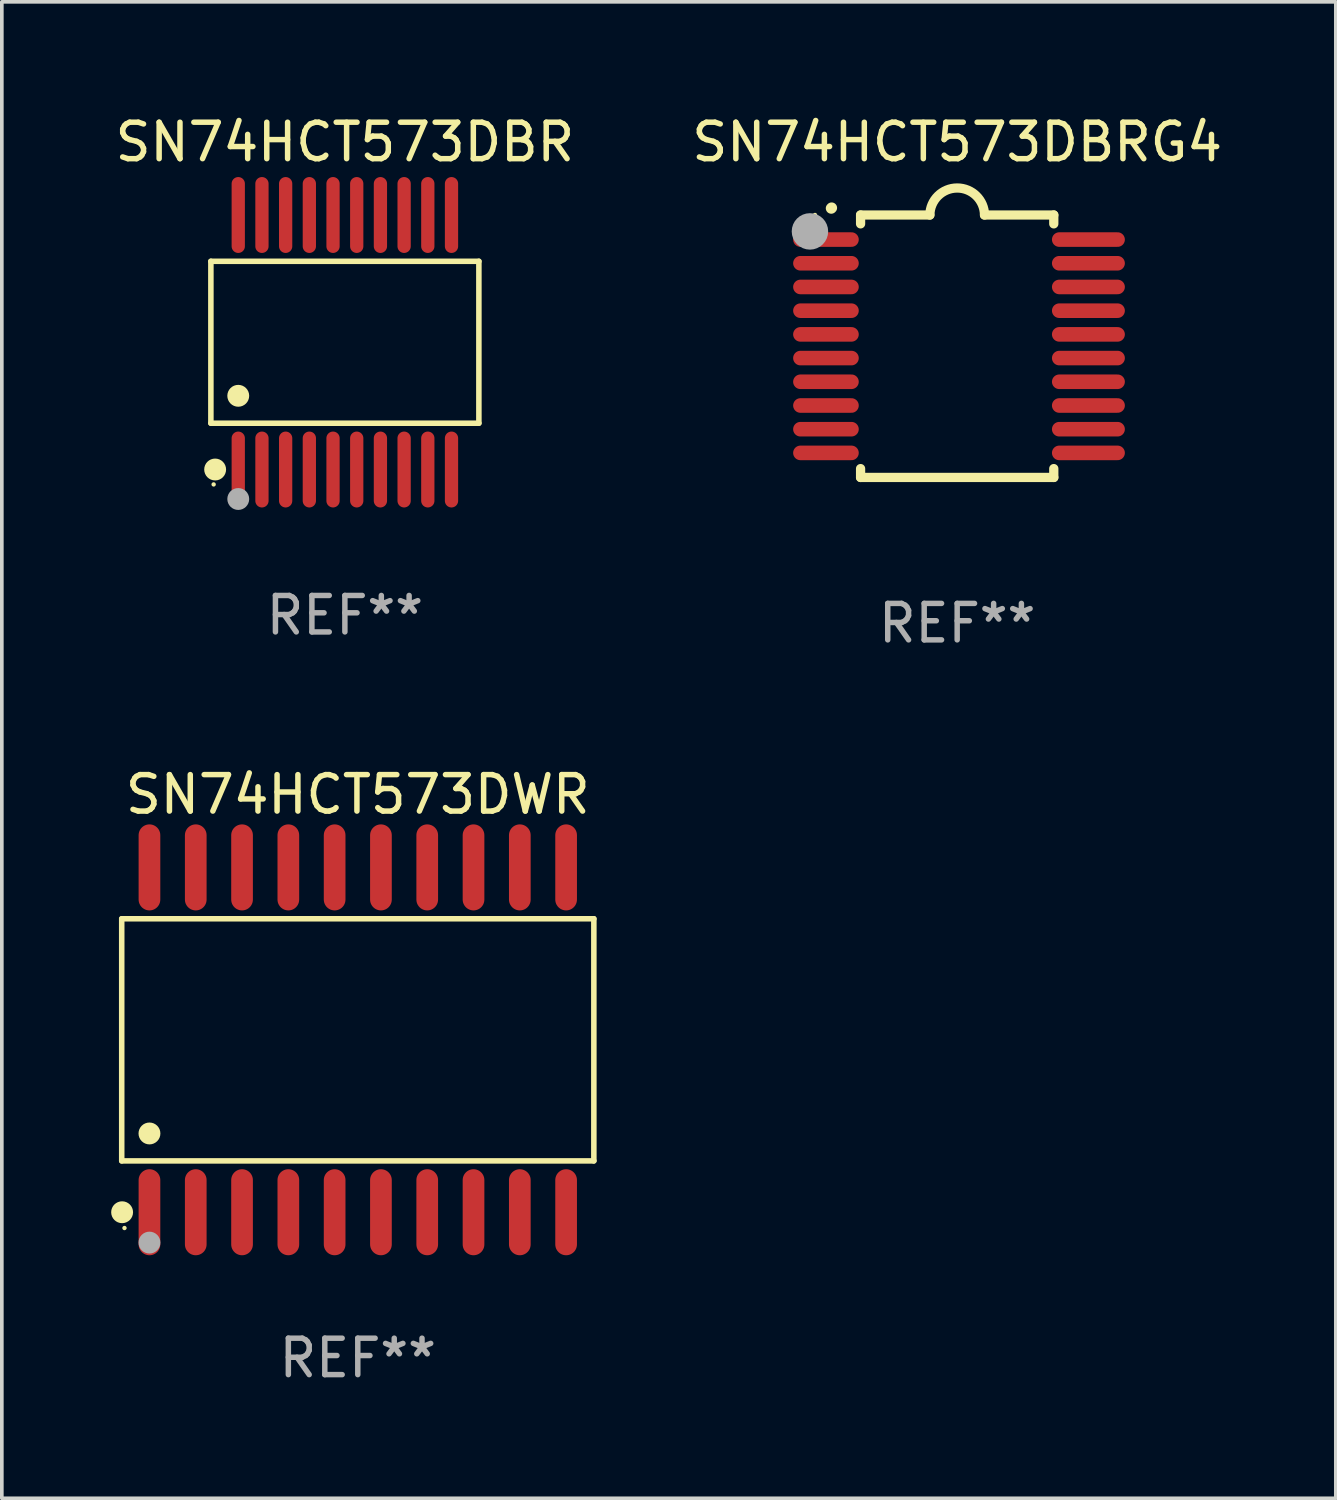
<source format=kicad_pcb>
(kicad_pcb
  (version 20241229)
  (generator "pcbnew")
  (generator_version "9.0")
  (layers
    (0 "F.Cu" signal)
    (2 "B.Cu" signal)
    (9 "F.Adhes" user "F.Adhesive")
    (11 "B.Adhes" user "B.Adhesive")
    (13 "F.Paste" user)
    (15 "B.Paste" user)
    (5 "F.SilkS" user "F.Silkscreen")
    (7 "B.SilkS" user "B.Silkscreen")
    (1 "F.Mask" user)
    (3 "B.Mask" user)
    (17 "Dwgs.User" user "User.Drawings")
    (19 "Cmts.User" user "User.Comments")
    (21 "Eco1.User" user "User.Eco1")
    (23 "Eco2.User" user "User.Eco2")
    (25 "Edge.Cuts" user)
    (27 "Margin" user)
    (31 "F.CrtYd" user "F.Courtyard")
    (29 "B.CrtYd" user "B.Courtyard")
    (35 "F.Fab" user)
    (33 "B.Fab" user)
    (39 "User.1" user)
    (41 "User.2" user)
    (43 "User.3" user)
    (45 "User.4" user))
  (footprint "SN74HCT573DBRG4"
    (layer "F.Cu")
    (at 23.208 6.448)
    (property "Reference" "SN74HCT573DBRG4" (at 0 -5.6 0) (layer "F.SilkS") (effects (font (size 1 1) (thickness 0.15))))
    (attr through_hole)
    (fp_line (start -2.65 -3.6) (end -2.65 -3.357) (stroke (width 0.254) (type solid)) (layer "F.SilkS"))
    (fp_line (start -2.65 -3.6) (end -0.75 -3.6) (stroke (width 0.254) (type solid)) (layer "F.SilkS"))
    (fp_line (start -2.65 3.357) (end -2.65 3.6) (stroke (width 0.254) (type solid)) (layer "F.SilkS"))
    (fp_line (start 2.65 -3.6) (end 0.75 -3.6) (stroke (width 0.254) (type solid)) (layer "F.SilkS"))
    (fp_line (start 2.65 -3.6) (end 2.65 -3.357) (stroke (width 0.254) (type solid)) (layer "F.SilkS"))
    (fp_line (start 2.65 3.357) (end 2.65 3.6) (stroke (width 0.254) (type solid)) (layer "F.SilkS"))
    (fp_line (start 2.65 3.6) (end -2.65 3.6) (stroke (width 0.254) (type solid)) (layer "F.SilkS"))
    (fp_arc (start -3.454407 -3.784608) (mid -3.449499 -3.78986) (end -3.444247 -3.794768) (stroke (width 0.3) (type solid)) (layer "F.SilkS"))
    (fp_arc (start -0.749301 -3.599186) (mid -0.000051 -4.348844) (end 0.750013 -3.6) (stroke (width 0.254001) (type solid)) (layer "F.SilkS"))
    (fp_circle (center -3.9 -3.6) (end -3.87 -3.6) (stroke (width 0.06) (type solid)) (fill no) (layer "F.SilkS"))
    (fp_circle (center -4.039 -3.15) (end -3.789 -3.15) (stroke (width 0.5) (type solid)) (fill no) (layer "F.Fab"))
    (fp_text user "REF**" (at 0 7.6 0) (layer "F.Fab") (effects (font (size 1 1) (thickness 0.15))))
    (pad "1" smd oval (at -3.6 -2.926 90) (size 0.4 1.8) (layers "F.Cu" "F.Mask" "F.Paste"))
    (pad "2" smd oval (at -3.6 -2.276 90) (size 0.4 1.8) (layers "F.Cu" "F.Mask" "F.Paste"))
    (pad "3" smd oval (at -3.6 -1.626 90) (size 0.4 1.8) (layers "F.Cu" "F.Mask" "F.Paste"))
    (pad "4" smd oval (at -3.6 -0.975 90) (size 0.4 1.8) (layers "F.Cu" "F.Mask" "F.Paste"))
    (pad "5" smd oval (at -3.6 -0.325 90) (size 0.4 1.8) (layers "F.Cu" "F.Mask" "F.Paste"))
    (pad "6" smd oval (at -3.6 0.325 90) (size 0.4 1.8) (layers "F.Cu" "F.Mask" "F.Paste"))
    (pad "7" smd oval (at -3.6 0.975 90) (size 0.4 1.8) (layers "F.Cu" "F.Mask" "F.Paste"))
    (pad "8" smd oval (at -3.6 1.626 90) (size 0.4 1.8) (layers "F.Cu" "F.Mask" "F.Paste"))
    (pad "9" smd oval (at -3.6 2.276 90) (size 0.4 1.8) (layers "F.Cu" "F.Mask" "F.Paste"))
    (pad "10" smd oval (at -3.6 2.926 90) (size 0.4 1.8) (layers "F.Cu" "F.Mask" "F.Paste"))
    (pad "11" smd oval (at 3.6 2.926 90) (size 0.4 2) (layers "F.Cu" "F.Mask" "F.Paste"))
    (pad "12" smd oval (at 3.6 2.276 90) (size 0.4 2) (layers "F.Cu" "F.Mask" "F.Paste"))
    (pad "13" smd oval (at 3.6 1.626 90) (size 0.4 2) (layers "F.Cu" "F.Mask" "F.Paste"))
    (pad "14" smd oval (at 3.6 0.975 90) (size 0.4 2) (layers "F.Cu" "F.Mask" "F.Paste"))
    (pad "15" smd oval (at 3.6 0.325 90) (size 0.4 2) (layers "F.Cu" "F.Mask" "F.Paste"))
    (pad "16" smd oval (at 3.6 -0.325 90) (size 0.4 2) (layers "F.Cu" "F.Mask" "F.Paste"))
    (pad "17" smd oval (at 3.6 -0.975 90) (size 0.4 2) (layers "F.Cu" "F.Mask" "F.Paste"))
    (pad "18" smd oval (at 3.6 -1.626 90) (size 0.4 2) (layers "F.Cu" "F.Mask" "F.Paste"))
    (pad "19" smd oval (at 3.6 -2.276 90) (size 0.4 2) (layers "F.Cu" "F.Mask" "F.Paste"))
    (pad "20" smd oval (at 3.6 -2.926 90) (size 0.4 2) (layers "F.Cu" "F.Mask" "F.Paste")))
  (footprint "SN74HCT573DWR"
    (layer "F.Cu")
    (at 6.765 25.475)
    (property "Reference" "SN74HCT573DWR" (at 0 -6.73 0) (layer "F.SilkS") (effects (font (size 1 1) (thickness 0.15))))
    (attr through_hole)
    (fp_line (start -6.476 -3.321) (end 6.476 -3.321) (stroke (width 0.152) (type solid)) (layer "F.SilkS"))
    (fp_line (start -6.476 3.321) (end -6.476 -3.321) (stroke (width 0.152) (type solid)) (layer "F.SilkS"))
    (fp_line (start 6.476 -3.321) (end 6.476 3.321) (stroke (width 0.152) (type solid)) (layer "F.SilkS"))
    (fp_line (start 6.476 3.321) (end -6.476 3.321) (stroke (width 0.152) (type solid)) (layer "F.SilkS"))
    (fp_circle (center -6.465 4.73) (end -6.315 4.73) (stroke (width 0.3) (type solid)) (fill no) (layer "F.SilkS"))
    (fp_circle (center -6.4 5.163) (end -6.37 5.163) (stroke (width 0.06) (type solid)) (fill no) (layer "F.SilkS"))
    (fp_circle (center -5.715 2.569) (end -5.565 2.569) (stroke (width 0.3) (type solid)) (fill no) (layer "F.SilkS"))
    (fp_circle (center -5.715 5.563) (end -5.565 5.563) (stroke (width 0.3) (type solid)) (fill no) (layer "F.Fab"))
    (fp_text user "REF**" (at 0 8.73 0) (layer "F.Fab") (effects (font (size 1 1) (thickness 0.15))))
    (pad "1" smd oval (at -5.715 4.73) (size 0.595 2.36) (layers "F.Cu" "F.Mask" "F.Paste"))
    (pad "2" smd oval (at -4.445 4.73) (size 0.595 2.36) (layers "F.Cu" "F.Mask" "F.Paste"))
    (pad "3" smd oval (at -3.175 4.73) (size 0.595 2.36) (layers "F.Cu" "F.Mask" "F.Paste"))
    (pad "4" smd oval (at -1.905 4.73) (size 0.595 2.36) (layers "F.Cu" "F.Mask" "F.Paste"))
    (pad "5" smd oval (at -0.635 4.73) (size 0.595 2.36) (layers "F.Cu" "F.Mask" "F.Paste"))
    (pad "6" smd oval (at 0.635 4.73) (size 0.595 2.36) (layers "F.Cu" "F.Mask" "F.Paste"))
    (pad "7" smd oval (at 1.905 4.73) (size 0.595 2.36) (layers "F.Cu" "F.Mask" "F.Paste"))
    (pad "8" smd oval (at 3.175 4.73) (size 0.595 2.36) (layers "F.Cu" "F.Mask" "F.Paste"))
    (pad "9" smd oval (at 4.445 4.73) (size 0.595 2.36) (layers "F.Cu" "F.Mask" "F.Paste"))
    (pad "10" smd oval (at 5.715 4.73) (size 0.595 2.36) (layers "F.Cu" "F.Mask" "F.Paste"))
    (pad "11" smd oval (at 5.715 -4.73) (size 0.595 2.36) (layers "F.Cu" "F.Mask" "F.Paste"))
    (pad "12" smd oval (at 4.445 -4.73) (size 0.595 2.36) (layers "F.Cu" "F.Mask" "F.Paste"))
    (pad "13" smd oval (at 3.175 -4.73) (size 0.595 2.36) (layers "F.Cu" "F.Mask" "F.Paste"))
    (pad "14" smd oval (at 1.905 -4.73) (size 0.595 2.36) (layers "F.Cu" "F.Mask" "F.Paste"))
    (pad "15" smd oval (at 0.635 -4.73) (size 0.595 2.36) (layers "F.Cu" "F.Mask" "F.Paste"))
    (pad "16" smd oval (at -0.635 -4.73) (size 0.595 2.36) (layers "F.Cu" "F.Mask" "F.Paste"))
    (pad "17" smd oval (at -1.905 -4.73) (size 0.595 2.36) (layers "F.Cu" "F.Mask" "F.Paste"))
    (pad "18" smd oval (at -3.175 -4.73) (size 0.595 2.36) (layers "F.Cu" "F.Mask" "F.Paste"))
    (pad "19" smd oval (at -4.445 -4.73) (size 0.595 2.36) (layers "F.Cu" "F.Mask" "F.Paste"))
    (pad "20" smd oval (at -5.715 -4.73) (size 0.595 2.36) (layers "F.Cu" "F.Mask" "F.Paste")))
  (footprint "SN74HCT573DBR"
    (layer "F.Cu")
    (at 6.411 6.339)
    (property "Reference" "SN74HCT573DBR" (at 0 -5.491 0) (layer "F.SilkS") (effects (font (size 1 1) (thickness 0.15))))
    (attr through_hole)
    (fp_line (start -3.676 -2.221) (end 3.676 -2.221) (stroke (width 0.152) (type solid)) (layer "F.SilkS"))
    (fp_line (start -3.676 2.221) (end -3.676 -2.221) (stroke (width 0.152) (type solid)) (layer "F.SilkS"))
    (fp_line (start 3.676 -2.221) (end 3.676 2.221) (stroke (width 0.152) (type solid)) (layer "F.SilkS"))
    (fp_line (start 3.676 2.221) (end -3.676 2.221) (stroke (width 0.152) (type solid)) (layer "F.SilkS"))
    (fp_circle (center -3.6 3.9) (end -3.57 3.9) (stroke (width 0.06) (type solid)) (fill no) (layer "F.SilkS"))
    (fp_circle (center -3.559 3.491) (end -3.409 3.491) (stroke (width 0.3) (type solid)) (fill no) (layer "F.SilkS"))
    (fp_circle (center -2.925 1.469) (end -2.775 1.469) (stroke (width 0.3) (type solid)) (fill no) (layer "F.SilkS"))
    (fp_circle (center -2.925 4.3) (end -2.775 4.3) (stroke (width 0.3) (type solid)) (fill no) (layer "F.Fab"))
    (fp_text user "REF**" (at 0 7.491 0) (layer "F.Fab") (effects (font (size 1 1) (thickness 0.15))))
    (pad "1" smd oval (at -2.925 3.491) (size 0.364 2.082) (layers "F.Cu" "F.Mask" "F.Paste"))
    (pad "2" smd oval (at -2.275 3.491) (size 0.364 2.082) (layers "F.Cu" "F.Mask" "F.Paste"))
    (pad "3" smd oval (at -1.625 3.491) (size 0.364 2.082) (layers "F.Cu" "F.Mask" "F.Paste"))
    (pad "4" smd oval (at -0.975 3.491) (size 0.364 2.082) (layers "F.Cu" "F.Mask" "F.Paste"))
    (pad "5" smd oval (at -0.325 3.491) (size 0.364 2.082) (layers "F.Cu" "F.Mask" "F.Paste"))
    (pad "6" smd oval (at 0.325 3.491) (size 0.364 2.082) (layers "F.Cu" "F.Mask" "F.Paste"))
    (pad "7" smd oval (at 0.975 3.491) (size 0.364 2.082) (layers "F.Cu" "F.Mask" "F.Paste"))
    (pad "8" smd oval (at 1.625 3.491) (size 0.364 2.082) (layers "F.Cu" "F.Mask" "F.Paste"))
    (pad "9" smd oval (at 2.275 3.491) (size 0.364 2.082) (layers "F.Cu" "F.Mask" "F.Paste"))
    (pad "10" smd oval (at 2.925 3.491) (size 0.364 2.082) (layers "F.Cu" "F.Mask" "F.Paste"))
    (pad "11" smd oval (at 2.925 -3.491) (size 0.364 2.082) (layers "F.Cu" "F.Mask" "F.Paste"))
    (pad "12" smd oval (at 2.275 -3.491) (size 0.364 2.082) (layers "F.Cu" "F.Mask" "F.Paste"))
    (pad "13" smd oval (at 1.625 -3.491) (size 0.364 2.082) (layers "F.Cu" "F.Mask" "F.Paste"))
    (pad "14" smd oval (at 0.975 -3.491) (size 0.364 2.082) (layers "F.Cu" "F.Mask" "F.Paste"))
    (pad "15" smd oval (at 0.325 -3.491) (size 0.364 2.082) (layers "F.Cu" "F.Mask" "F.Paste"))
    (pad "16" smd oval (at -0.325 -3.491) (size 0.364 2.082) (layers "F.Cu" "F.Mask" "F.Paste"))
    (pad "17" smd oval (at -0.975 -3.491) (size 0.364 2.082) (layers "F.Cu" "F.Mask" "F.Paste"))
    (pad "18" smd oval (at -1.625 -3.491) (size 0.364 2.082) (layers "F.Cu" "F.Mask" "F.Paste"))
    (pad "19" smd oval (at -2.275 -3.491) (size 0.364 2.082) (layers "F.Cu" "F.Mask" "F.Paste"))
    (pad "20" smd oval (at -2.925 -3.491) (size 0.364 2.082) (layers "F.Cu" "F.Mask" "F.Paste")))
  (gr_rect
    (start -3 -3)
    (end 33.595 38.053)
    (stroke (width 0.1) (type default))
    (fill no)
    (layer "Edge.Cuts")))
</source>
